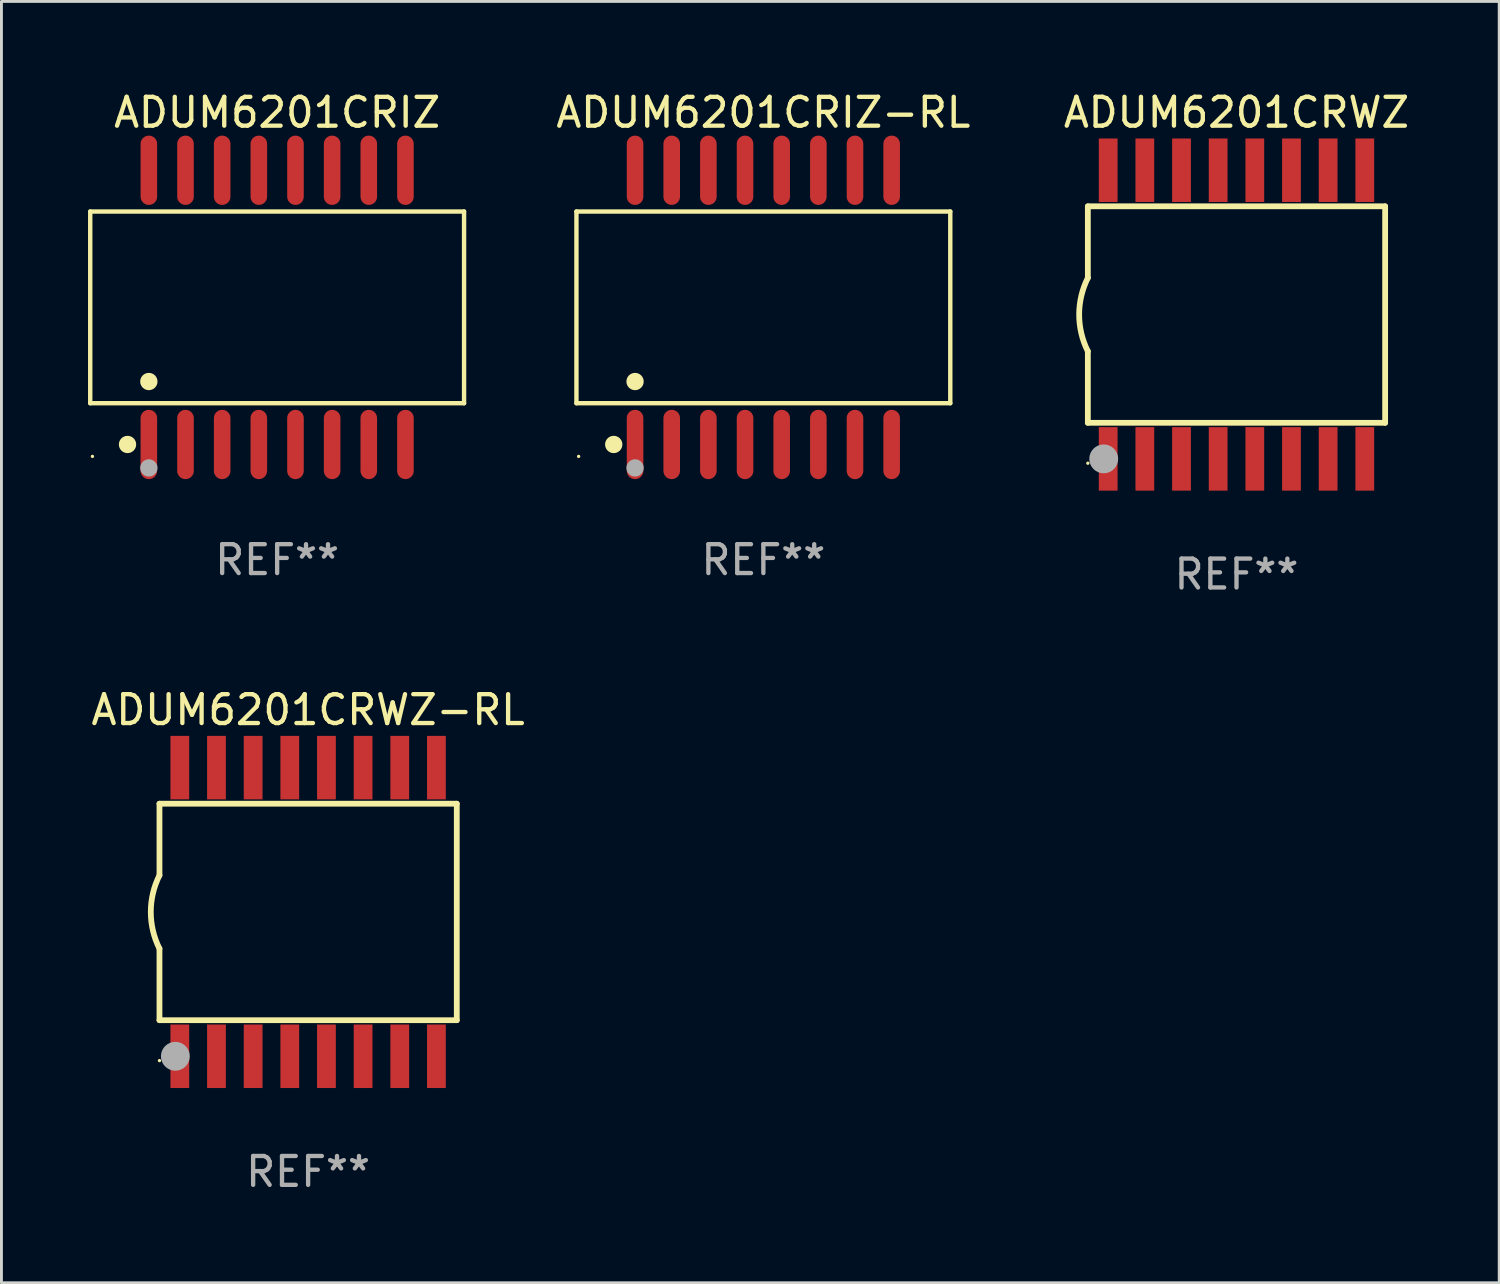
<source format=kicad_pcb>
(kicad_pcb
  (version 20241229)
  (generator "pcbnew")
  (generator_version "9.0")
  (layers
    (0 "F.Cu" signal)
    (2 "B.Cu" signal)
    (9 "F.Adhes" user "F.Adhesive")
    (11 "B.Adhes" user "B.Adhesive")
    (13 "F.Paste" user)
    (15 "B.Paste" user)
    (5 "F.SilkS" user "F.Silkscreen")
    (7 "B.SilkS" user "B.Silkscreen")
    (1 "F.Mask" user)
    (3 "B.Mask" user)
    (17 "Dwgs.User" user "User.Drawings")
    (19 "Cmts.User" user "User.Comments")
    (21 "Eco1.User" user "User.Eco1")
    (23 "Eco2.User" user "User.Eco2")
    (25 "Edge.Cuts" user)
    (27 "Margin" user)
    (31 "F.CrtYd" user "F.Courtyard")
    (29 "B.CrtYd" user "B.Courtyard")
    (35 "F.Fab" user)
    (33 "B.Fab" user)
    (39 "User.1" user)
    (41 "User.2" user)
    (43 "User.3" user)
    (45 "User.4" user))
  (footprint "ADUM6201CRWZ-RL"
    (layer "F.Cu")
    (at 7.625 28.545)
    (property "Reference" "ADUM6201CRWZ-RL" (at 0 -7 0) (layer "F.SilkS") (effects (font (size 1 1) (thickness 0.15))))
    (attr through_hole)
    (fp_line (start -5.15 -3.75) (end -5.15 -1.27) (stroke (width 0.2) (type solid)) (layer "F.SilkS"))
    (fp_line (start -5.15 -3.75) (end 5.15 -3.75) (stroke (width 0.2) (type solid)) (layer "F.SilkS"))
    (fp_line (start -5.15 3.75) (end -5.15 1.27) (stroke (width 0.2) (type solid)) (layer "F.SilkS"))
    (fp_line (start 5.15 -3.75) (end 5.15 3.75) (stroke (width 0.2) (type solid)) (layer "F.SilkS"))
    (fp_line (start 5.15 3.75) (end -5.15 3.75) (stroke (width 0.2) (type solid)) (layer "F.SilkS"))
    (fp_arc (start -5.151131 1.270003) (mid -5.450556 -0.000132) (end -5.150013 -1.270003) (stroke (width 0.2) (type solid)) (layer "F.SilkS"))
    (fp_circle (center -5.15 5.15) (end -5.12 5.15) (stroke (width 0.06) (type solid)) (fill no) (layer "F.SilkS"))
    (fp_circle (center -4.6 5) (end -4.35 5) (stroke (width 0.5) (type solid)) (fill no) (layer "F.Fab"))
    (fp_text user "REF**" (at 0 9 0) (layer "F.Fab") (effects (font (size 1 1) (thickness 0.15))))
    (pad "1" smd rect (at -4.445 5) (size 0.65 2.2) (layers "F.Cu" "F.Mask" "F.Paste"))
    (pad "2" smd rect (at -3.175 5) (size 0.65 2.2) (layers "F.Cu" "F.Mask" "F.Paste"))
    (pad "3" smd rect (at -1.905 5) (size 0.65 2.2) (layers "F.Cu" "F.Mask" "F.Paste"))
    (pad "4" smd rect (at -0.635 5) (size 0.65 2.2) (layers "F.Cu" "F.Mask" "F.Paste"))
    (pad "5" smd rect (at 0.635 5) (size 0.65 2.2) (layers "F.Cu" "F.Mask" "F.Paste"))
    (pad "6" smd rect (at 1.905 5) (size 0.65 2.2) (layers "F.Cu" "F.Mask" "F.Paste"))
    (pad "7" smd rect (at 3.175 5) (size 0.65 2.2) (layers "F.Cu" "F.Mask" "F.Paste"))
    (pad "8" smd rect (at 4.445 5) (size 0.65 2.2) (layers "F.Cu" "F.Mask" "F.Paste"))
    (pad "9" smd rect (at 4.445 -5) (size 0.65 2.2) (layers "F.Cu" "F.Mask" "F.Paste"))
    (pad "10" smd rect (at 3.175 -5) (size 0.65 2.2) (layers "F.Cu" "F.Mask" "F.Paste"))
    (pad "11" smd rect (at 1.905 -5) (size 0.65 2.2) (layers "F.Cu" "F.Mask" "F.Paste"))
    (pad "12" smd rect (at 0.635 -5) (size 0.65 2.2) (layers "F.Cu" "F.Mask" "F.Paste"))
    (pad "13" smd rect (at -0.635 -5) (size 0.65 2.2) (layers "F.Cu" "F.Mask" "F.Paste"))
    (pad "14" smd rect (at -1.905 -5) (size 0.65 2.2) (layers "F.Cu" "F.Mask" "F.Paste"))
    (pad "15" smd rect (at -3.175 -5) (size 0.65 2.2) (layers "F.Cu" "F.Mask" "F.Paste"))
    (pad "16" smd rect (at -4.445 -5) (size 0.65 2.2) (layers "F.Cu" "F.Mask" "F.Paste")))
  (footprint "ADUM6201CRIZ"
    (layer "F.Cu")
    (at 6.552 7.599)
    (property "Reference" "ADUM6201CRIZ" (at 0 -6.75 0) (layer "F.SilkS") (effects (font (size 1 1) (thickness 0.15))))
    (attr through_hole)
    (fp_line (start -6.476 -3.321) (end 6.476 -3.321) (stroke (width 0.152) (type solid)) (layer "F.SilkS"))
    (fp_line (start -6.476 3.321) (end -6.476 -3.321) (stroke (width 0.152) (type solid)) (layer "F.SilkS"))
    (fp_line (start 6.476 -3.321) (end 6.476 3.321) (stroke (width 0.152) (type solid)) (layer "F.SilkS"))
    (fp_line (start 6.476 3.321) (end -6.476 3.321) (stroke (width 0.152) (type solid)) (layer "F.SilkS"))
    (fp_circle (center -6.4 5.163) (end -6.37 5.163) (stroke (width 0.06) (type solid)) (fill no) (layer "F.SilkS"))
    (fp_circle (center -5.184 4.75) (end -5.034 4.75) (stroke (width 0.3) (type solid)) (fill no) (layer "F.SilkS"))
    (fp_circle (center -4.445 2.569) (end -4.295 2.569) (stroke (width 0.3) (type solid)) (fill no) (layer "F.SilkS"))
    (fp_circle (center -4.445 5.563) (end -4.295 5.563) (stroke (width 0.3) (type solid)) (fill no) (layer "F.Fab"))
    (fp_text user "REF**" (at 0 8.75 0) (layer "F.Fab") (effects (font (size 1 1) (thickness 0.15))))
    (pad "1" smd oval (at -4.445 4.75) (size 0.574 2.401) (layers "F.Cu" "F.Mask" "F.Paste"))
    (pad "2" smd oval (at -3.175 4.75) (size 0.574 2.401) (layers "F.Cu" "F.Mask" "F.Paste"))
    (pad "3" smd oval (at -1.905 4.75) (size 0.574 2.401) (layers "F.Cu" "F.Mask" "F.Paste"))
    (pad "4" smd oval (at -0.635 4.75) (size 0.574 2.401) (layers "F.Cu" "F.Mask" "F.Paste"))
    (pad "5" smd oval (at 0.635 4.75) (size 0.574 2.401) (layers "F.Cu" "F.Mask" "F.Paste"))
    (pad "6" smd oval (at 1.905 4.75) (size 0.574 2.401) (layers "F.Cu" "F.Mask" "F.Paste"))
    (pad "7" smd oval (at 3.175 4.75) (size 0.574 2.401) (layers "F.Cu" "F.Mask" "F.Paste"))
    (pad "8" smd oval (at 4.445 4.75) (size 0.574 2.401) (layers "F.Cu" "F.Mask" "F.Paste"))
    (pad "9" smd oval (at 4.445 -4.75) (size 0.574 2.401) (layers "F.Cu" "F.Mask" "F.Paste"))
    (pad "10" smd oval (at 3.175 -4.75) (size 0.574 2.401) (layers "F.Cu" "F.Mask" "F.Paste"))
    (pad "11" smd oval (at 1.905 -4.75) (size 0.574 2.401) (layers "F.Cu" "F.Mask" "F.Paste"))
    (pad "12" smd oval (at 0.635 -4.75) (size 0.574 2.401) (layers "F.Cu" "F.Mask" "F.Paste"))
    (pad "13" smd oval (at -0.635 -4.75) (size 0.574 2.401) (layers "F.Cu" "F.Mask" "F.Paste"))
    (pad "14" smd oval (at -1.905 -4.75) (size 0.574 2.401) (layers "F.Cu" "F.Mask" "F.Paste"))
    (pad "15" smd oval (at -3.175 -4.75) (size 0.574 2.401) (layers "F.Cu" "F.Mask" "F.Paste"))
    (pad "16" smd oval (at -4.445 -4.75) (size 0.574 2.401) (layers "F.Cu" "F.Mask" "F.Paste")))
  (footprint "ADUM6201CRIZ-RL"
    (layer "F.Cu")
    (at 23.397 7.599)
    (property "Reference" "ADUM6201CRIZ-RL" (at 0 -6.75 0) (layer "F.SilkS") (effects (font (size 1 1) (thickness 0.15))))
    (attr through_hole)
    (fp_line (start -6.476 -3.321) (end 6.476 -3.321) (stroke (width 0.152) (type solid)) (layer "F.SilkS"))
    (fp_line (start -6.476 3.321) (end -6.476 -3.321) (stroke (width 0.152) (type solid)) (layer "F.SilkS"))
    (fp_line (start 6.476 -3.321) (end 6.476 3.321) (stroke (width 0.152) (type solid)) (layer "F.SilkS"))
    (fp_line (start 6.476 3.321) (end -6.476 3.321) (stroke (width 0.152) (type solid)) (layer "F.SilkS"))
    (fp_circle (center -6.4 5.163) (end -6.37 5.163) (stroke (width 0.06) (type solid)) (fill no) (layer "F.SilkS"))
    (fp_circle (center -5.184 4.75) (end -5.034 4.75) (stroke (width 0.3) (type solid)) (fill no) (layer "F.SilkS"))
    (fp_circle (center -4.445 2.569) (end -4.295 2.569) (stroke (width 0.3) (type solid)) (fill no) (layer "F.SilkS"))
    (fp_circle (center -4.445 5.563) (end -4.295 5.563) (stroke (width 0.3) (type solid)) (fill no) (layer "F.Fab"))
    (fp_text user "REF**" (at 0 8.75 0) (layer "F.Fab") (effects (font (size 1 1) (thickness 0.15))))
    (pad "1" smd oval (at -4.445 4.75) (size 0.574 2.401) (layers "F.Cu" "F.Mask" "F.Paste"))
    (pad "2" smd oval (at -3.175 4.75) (size 0.574 2.401) (layers "F.Cu" "F.Mask" "F.Paste"))
    (pad "3" smd oval (at -1.905 4.75) (size 0.574 2.401) (layers "F.Cu" "F.Mask" "F.Paste"))
    (pad "4" smd oval (at -0.635 4.75) (size 0.574 2.401) (layers "F.Cu" "F.Mask" "F.Paste"))
    (pad "5" smd oval (at 0.635 4.75) (size 0.574 2.401) (layers "F.Cu" "F.Mask" "F.Paste"))
    (pad "6" smd oval (at 1.905 4.75) (size 0.574 2.401) (layers "F.Cu" "F.Mask" "F.Paste"))
    (pad "7" smd oval (at 3.175 4.75) (size 0.574 2.401) (layers "F.Cu" "F.Mask" "F.Paste"))
    (pad "8" smd oval (at 4.445 4.75) (size 0.574 2.401) (layers "F.Cu" "F.Mask" "F.Paste"))
    (pad "9" smd oval (at 4.445 -4.75) (size 0.574 2.401) (layers "F.Cu" "F.Mask" "F.Paste"))
    (pad "10" smd oval (at 3.175 -4.75) (size 0.574 2.401) (layers "F.Cu" "F.Mask" "F.Paste"))
    (pad "11" smd oval (at 1.905 -4.75) (size 0.574 2.401) (layers "F.Cu" "F.Mask" "F.Paste"))
    (pad "12" smd oval (at 0.635 -4.75) (size 0.574 2.401) (layers "F.Cu" "F.Mask" "F.Paste"))
    (pad "13" smd oval (at -0.635 -4.75) (size 0.574 2.401) (layers "F.Cu" "F.Mask" "F.Paste"))
    (pad "14" smd oval (at -1.905 -4.75) (size 0.574 2.401) (layers "F.Cu" "F.Mask" "F.Paste"))
    (pad "15" smd oval (at -3.175 -4.75) (size 0.574 2.401) (layers "F.Cu" "F.Mask" "F.Paste"))
    (pad "16" smd oval (at -4.445 -4.75) (size 0.574 2.401) (layers "F.Cu" "F.Mask" "F.Paste")))
  (footprint "ADUM6201CRWZ"
    (layer "F.Cu")
    (at 39.789 7.848)
    (property "Reference" "ADUM6201CRWZ" (at 0 -7 0) (layer "F.SilkS") (effects (font (size 1 1) (thickness 0.15))))
    (attr through_hole)
    (fp_line (start -5.15 -3.75) (end -5.15 -1.27) (stroke (width 0.2) (type solid)) (layer "F.SilkS"))
    (fp_line (start -5.15 -3.75) (end 5.15 -3.75) (stroke (width 0.2) (type solid)) (layer "F.SilkS"))
    (fp_line (start -5.15 3.75) (end -5.15 1.27) (stroke (width 0.2) (type solid)) (layer "F.SilkS"))
    (fp_line (start 5.15 -3.75) (end 5.15 3.75) (stroke (width 0.2) (type solid)) (layer "F.SilkS"))
    (fp_line (start 5.15 3.75) (end -5.15 3.75) (stroke (width 0.2) (type solid)) (layer "F.SilkS"))
    (fp_arc (start -5.151131 1.270003) (mid -5.450556 -0.000132) (end -5.150013 -1.270003) (stroke (width 0.2) (type solid)) (layer "F.SilkS"))
    (fp_circle (center -5.15 5.15) (end -5.12 5.15) (stroke (width 0.06) (type solid)) (fill no) (layer "F.SilkS"))
    (fp_circle (center -4.6 5) (end -4.35 5) (stroke (width 0.5) (type solid)) (fill no) (layer "F.Fab"))
    (fp_text user "REF**" (at 0 9 0) (layer "F.Fab") (effects (font (size 1 1) (thickness 0.15))))
    (pad "1" smd rect (at -4.445 5) (size 0.65 2.2) (layers "F.Cu" "F.Mask" "F.Paste"))
    (pad "2" smd rect (at -3.175 5) (size 0.65 2.2) (layers "F.Cu" "F.Mask" "F.Paste"))
    (pad "3" smd rect (at -1.905 5) (size 0.65 2.2) (layers "F.Cu" "F.Mask" "F.Paste"))
    (pad "4" smd rect (at -0.635 5) (size 0.65 2.2) (layers "F.Cu" "F.Mask" "F.Paste"))
    (pad "5" smd rect (at 0.635 5) (size 0.65 2.2) (layers "F.Cu" "F.Mask" "F.Paste"))
    (pad "6" smd rect (at 1.905 5) (size 0.65 2.2) (layers "F.Cu" "F.Mask" "F.Paste"))
    (pad "7" smd rect (at 3.175 5) (size 0.65 2.2) (layers "F.Cu" "F.Mask" "F.Paste"))
    (pad "8" smd rect (at 4.445 5) (size 0.65 2.2) (layers "F.Cu" "F.Mask" "F.Paste"))
    (pad "9" smd rect (at 4.445 -5) (size 0.65 2.2) (layers "F.Cu" "F.Mask" "F.Paste"))
    (pad "10" smd rect (at 3.175 -5) (size 0.65 2.2) (layers "F.Cu" "F.Mask" "F.Paste"))
    (pad "11" smd rect (at 1.905 -5) (size 0.65 2.2) (layers "F.Cu" "F.Mask" "F.Paste"))
    (pad "12" smd rect (at 0.635 -5) (size 0.65 2.2) (layers "F.Cu" "F.Mask" "F.Paste"))
    (pad "13" smd rect (at -0.635 -5) (size 0.65 2.2) (layers "F.Cu" "F.Mask" "F.Paste"))
    (pad "14" smd rect (at -1.905 -5) (size 0.65 2.2) (layers "F.Cu" "F.Mask" "F.Paste"))
    (pad "15" smd rect (at -3.175 -5) (size 0.65 2.2) (layers "F.Cu" "F.Mask" "F.Paste"))
    (pad "16" smd rect (at -4.445 -5) (size 0.65 2.2) (layers "F.Cu" "F.Mask" "F.Paste")))
  (gr_rect
    (start -3 -3)
    (end 48.891 41.393)
    (stroke (width 0.1) (type default))
    (fill no)
    (layer "Edge.Cuts")))
</source>
